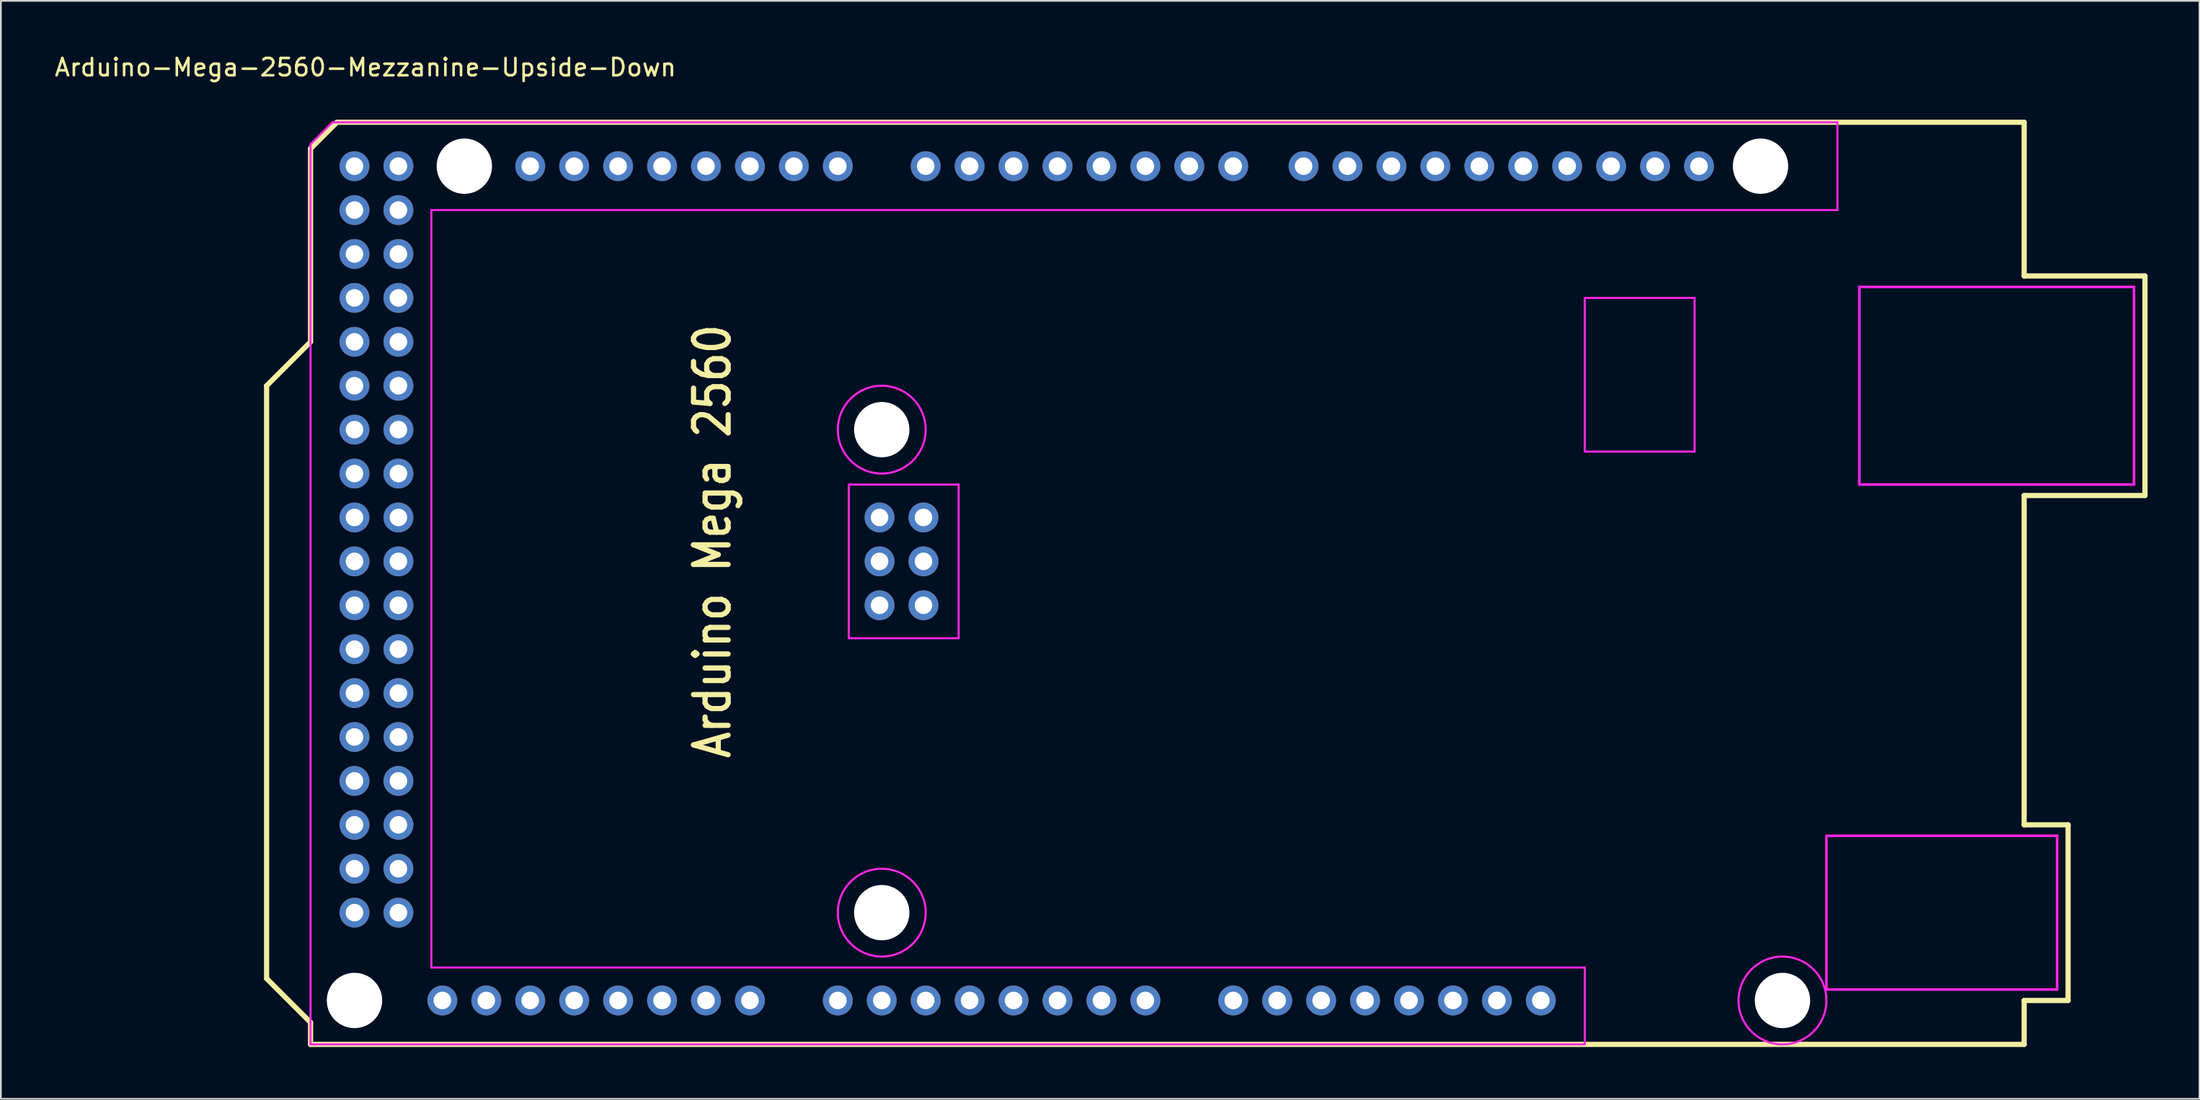
<source format=kicad_pcb>
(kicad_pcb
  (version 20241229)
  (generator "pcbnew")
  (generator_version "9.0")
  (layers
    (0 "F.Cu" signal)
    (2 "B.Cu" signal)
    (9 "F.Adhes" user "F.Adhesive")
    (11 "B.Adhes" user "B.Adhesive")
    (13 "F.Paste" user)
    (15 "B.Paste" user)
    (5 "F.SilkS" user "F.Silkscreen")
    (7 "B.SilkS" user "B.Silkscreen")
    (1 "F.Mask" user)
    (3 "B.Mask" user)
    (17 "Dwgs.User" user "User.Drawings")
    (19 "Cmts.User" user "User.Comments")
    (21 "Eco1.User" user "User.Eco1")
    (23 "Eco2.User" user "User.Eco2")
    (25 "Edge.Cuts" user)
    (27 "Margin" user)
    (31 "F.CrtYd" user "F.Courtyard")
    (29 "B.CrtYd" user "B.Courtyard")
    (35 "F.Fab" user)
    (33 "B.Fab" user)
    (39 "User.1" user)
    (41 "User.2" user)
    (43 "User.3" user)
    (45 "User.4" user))
  (footprint "Arduino-Mega-2560-Mezzanine-Upside-Down"
    (layer "F.Cu")
    (at 17.442 49.743)
    (property "Reference" "Arduino-Mega-2560-Mezzanine-Upside-Down" (at 0.635 -48.895 0) (layer "F.SilkS") (effects (font (size 1 1) (thickness 0.15))))
    (attr through_hole)
    (fp_line (start -5.08 -30.48) (end -2.54 -33.02) (stroke (width 0.3) (type solid)) (layer "F.SilkS"))
    (fp_line (start -5.08 3.81) (end -5.08 -30.48) (stroke (width 0.3) (type solid)) (layer "F.SilkS"))
    (fp_line (start -2.54 -33.02) (end -2.54 -44.196) (stroke (width 0.3) (type solid)) (layer "F.SilkS"))
    (fp_line (start -2.54 6.35) (end -5.08 3.81) (stroke (width 0.3) (type solid)) (layer "F.SilkS"))
    (fp_line (start -2.54 7.62) (end -2.54 6.35) (stroke (width 0.3) (type solid)) (layer "F.SilkS"))
    (fp_line (start -1.016 -45.72) (end -2.54 -44.196) (stroke (width 0.3) (type solid)) (layer "F.SilkS"))
    (fp_line (start 96.52 -45.72) (end -1.016 -45.72) (stroke (width 0.3) (type solid)) (layer "F.SilkS"))
    (fp_line (start 96.52 -45.72) (end 96.52 -36.83) (stroke (width 0.3) (type solid)) (layer "F.SilkS"))
    (fp_line (start 96.52 -36.83) (end 96.52 -36.83) (stroke (width 0.15) (type solid)) (layer "F.SilkS"))
    (fp_line (start 96.52 -24.13) (end 96.52 -5.08) (stroke (width 0.3) (type solid)) (layer "F.SilkS"))
    (fp_line (start 96.52 -5.08) (end 99.06 -5.08) (stroke (width 0.3) (type solid)) (layer "F.SilkS"))
    (fp_line (start 96.52 5.08) (end 96.52 7.62) (stroke (width 0.3) (type solid)) (layer "F.SilkS"))
    (fp_line (start 96.52 7.62) (end -2.54 7.62) (stroke (width 0.3) (type solid)) (layer "F.SilkS"))
    (fp_line (start 99.06 -5.08) (end 99.06 5.08) (stroke (width 0.3) (type solid)) (layer "F.SilkS"))
    (fp_line (start 99.06 5.08) (end 96.52 5.08) (stroke (width 0.3) (type solid)) (layer "F.SilkS"))
    (fp_line (start 103.505 -36.83) (end 96.52 -36.83) (stroke (width 0.3) (type solid)) (layer "F.SilkS"))
    (fp_line (start 103.505 -36.83) (end 103.505 -24.13) (stroke (width 0.3) (type solid)) (layer "F.SilkS"))
    (fp_line (start 103.505 -24.13) (end 96.52 -24.13) (stroke (width 0.3) (type solid)) (layer "F.SilkS"))
    (fp_line (start -2.54 -44.45) (end -1.27 -45.72) (stroke (width 0.12) (type solid)) (layer "F.CrtYd"))
    (fp_line (start -2.54 7.62) (end -2.54 -44.45) (stroke (width 0.12) (type solid)) (layer "F.CrtYd"))
    (fp_line (start -1.27 -45.72) (end 85.725 -45.72) (stroke (width 0.12) (type solid)) (layer "F.CrtYd"))
    (fp_line (start 4.445 -40.64) (end 4.445 3.175) (stroke (width 0.12) (type solid)) (layer "F.CrtYd"))
    (fp_line (start 4.445 3.175) (end 71.12 3.175) (stroke (width 0.12) (type solid)) (layer "F.CrtYd"))
    (fp_line (start 28.575 -24.765) (end 34.925 -24.765) (stroke (width 0.12) (type solid)) (layer "F.CrtYd"))
    (fp_line (start 28.575 -15.875) (end 28.575 -24.765) (stroke (width 0.12) (type solid)) (layer "F.CrtYd"))
    (fp_line (start 34.925 -24.765) (end 34.925 -15.875) (stroke (width 0.12) (type solid)) (layer "F.CrtYd"))
    (fp_line (start 34.925 -15.875) (end 28.575 -15.875) (stroke (width 0.12) (type solid)) (layer "F.CrtYd"))
    (fp_line (start 71.12 -35.56) (end 77.47 -35.56) (stroke (width 0.12) (type solid)) (layer "F.CrtYd"))
    (fp_line (start 71.12 -26.67) (end 71.12 -35.56) (stroke (width 0.12) (type solid)) (layer "F.CrtYd"))
    (fp_line (start 71.12 3.175) (end 71.12 7.62) (stroke (width 0.12) (type solid)) (layer "F.CrtYd"))
    (fp_line (start 71.12 7.62) (end -2.54 7.62) (stroke (width 0.12) (type solid)) (layer "F.CrtYd"))
    (fp_line (start 77.47 -35.56) (end 77.47 -26.67) (stroke (width 0.12) (type solid)) (layer "F.CrtYd"))
    (fp_line (start 77.47 -26.67) (end 71.12 -26.67) (stroke (width 0.12) (type solid)) (layer "F.CrtYd"))
    (fp_line (start 85.09 -4.445) (end 85.09 4.445) (stroke (width 0.15) (type solid)) (layer "F.CrtYd"))
    (fp_line (start 85.725 -45.72) (end 85.725 -40.64) (stroke (width 0.12) (type solid)) (layer "F.CrtYd"))
    (fp_line (start 85.725 -40.64) (end 4.445 -40.64) (stroke (width 0.12) (type solid)) (layer "F.CrtYd"))
    (fp_line (start 86.995 -36.195) (end 86.995 -24.765) (stroke (width 0.15) (type solid)) (layer "F.CrtYd"))
    (fp_line (start 86.995 -36.195) (end 102.87 -36.195) (stroke (width 0.15) (type solid)) (layer "F.CrtYd"))
    (fp_line (start 86.995 -24.765) (end 102.87 -24.765) (stroke (width 0.15) (type solid)) (layer "F.CrtYd"))
    (fp_line (start 98.425 -4.445) (end 85.09 -4.445) (stroke (width 0.15) (type solid)) (layer "F.CrtYd"))
    (fp_line (start 98.425 -4.445) (end 98.425 4.445) (stroke (width 0.15) (type solid)) (layer "F.CrtYd"))
    (fp_line (start 98.425 4.445) (end 85.09 4.445) (stroke (width 0.15) (type solid)) (layer "F.CrtYd"))
    (fp_line (start 102.87 -36.195) (end 102.87 -24.765) (stroke (width 0.15) (type solid)) (layer "F.CrtYd"))
    (fp_circle (center 30.48 -27.94) (end 30.48 -30.48) (stroke (width 0.12) (type solid)) (fill no) (layer "F.CrtYd"))
    (fp_circle (center 30.48 0) (end 30.48 -2.54) (stroke (width 0.12) (type solid)) (fill no) (layer "F.CrtYd"))
    (fp_circle (center 82.55 5.08) (end 82.55 2.54) (stroke (width 0.12) (type solid)) (fill no) (layer "F.CrtYd"))
    (fp_text user "Arduino Mega 2560" (at 20.69 -21.48 90) (layer "F.SilkS") (effects (font (size 2 1.7) (thickness 0.3))))
    (pad "" np_thru_hole circle (at 0 5.08) (size 3.2 3.2) (drill 3.2) (layers "*.Cu" "*.Mask"))
    (pad "" np_thru_hole circle (at 6.35 -43.18) (size 3.2 3.2) (drill 3.2) (layers "*.Cu" "*.Mask"))
    (pad "" np_thru_hole circle (at 30.48 -27.94) (size 3.2 3.2) (drill 3.2) (layers "*.Cu" "*.Mask"))
    (pad "" np_thru_hole circle (at 30.48 0) (size 3.2 3.2) (drill 3.2) (layers "*.Cu" "*.Mask"))
    (pad "" thru_hole oval (at 68.58 5.08) (size 1.727 1.727) (drill 1.016) (layers "*.Cu" "*.Mask"))
    (pad "" np_thru_hole circle (at 81.28 -43.18) (size 3.2 3.2) (drill 3.2) (layers "*.Cu" "*.Mask"))
    (pad "" np_thru_hole circle (at 82.55 5.08) (size 3.2 3.2) (drill 3.2) (layers "*.Cu" "*.Mask"))
    (pad "3V3" thru_hole oval (at 60.96 5.08) (size 1.727 1.727) (drill 1.016) (layers "*.Cu" "*.Mask"))
    (pad "5V1" thru_hole oval (at 58.42 5.08) (size 1.727 1.727) (drill 1.016) (layers "*.Cu" "*.Mask"))
    (pad "5V2" thru_hole oval (at 30.353 -22.86) (size 1.727 1.727) (drill 1.016) (layers "*.Cu" "*.Mask"))
    (pad "5V3" thru_hole oval (at 2.54 -43.18) (size 1.727 1.727) (drill 1.016) (layers "*.Cu" "*.Mask"))
    (pad "5V4" thru_hole oval (at 0 -43.18) (size 1.727 1.727) (drill 1.016) (layers "*.Cu" "*.Mask"))
    (pad "A0" thru_hole oval (at 45.72 5.08) (size 1.727 1.727) (drill 1.016) (layers "*.Cu" "*.Mask"))
    (pad "A1" thru_hole oval (at 43.18 5.08) (size 1.727 1.727) (drill 1.016) (layers "*.Cu" "*.Mask"))
    (pad "A2" thru_hole oval (at 40.64 5.08) (size 1.727 1.727) (drill 1.016) (layers "*.Cu" "*.Mask"))
    (pad "A3" thru_hole oval (at 38.1 5.08) (size 1.727 1.727) (drill 1.016) (layers "*.Cu" "*.Mask"))
    (pad "A4" thru_hole oval (at 35.56 5.08) (size 1.727 1.727) (drill 1.016) (layers "*.Cu" "*.Mask"))
    (pad "A5" thru_hole oval (at 33.02 5.08) (size 1.727 1.727) (drill 1.016) (layers "*.Cu" "*.Mask"))
    (pad "A6" thru_hole oval (at 30.48 5.08) (size 1.727 1.727) (drill 1.016) (layers "*.Cu" "*.Mask"))
    (pad "A7" thru_hole oval (at 27.94 5.08) (size 1.727 1.727) (drill 1.016) (layers "*.Cu" "*.Mask"))
    (pad "A8" thru_hole oval (at 22.86 5.08) (size 1.727 1.727) (drill 1.016) (layers "*.Cu" "*.Mask"))
    (pad "A9" thru_hole oval (at 20.32 5.08) (size 1.727 1.727) (drill 1.016) (layers "*.Cu" "*.Mask"))
    (pad "A10" thru_hole oval (at 17.78 5.08) (size 1.727 1.727) (drill 1.016) (layers "*.Cu" "*.Mask"))
    (pad "A11" thru_hole oval (at 15.24 5.08) (size 1.727 1.727) (drill 1.016) (layers "*.Cu" "*.Mask"))
    (pad "A12" thru_hole oval (at 12.7 5.08) (size 1.727 1.727) (drill 1.016) (layers "*.Cu" "*.Mask"))
    (pad "A13" thru_hole oval (at 10.16 5.08) (size 1.727 1.727) (drill 1.016) (layers "*.Cu" "*.Mask"))
    (pad "A14" thru_hole oval (at 7.62 5.08) (size 1.727 1.727) (drill 1.016) (layers "*.Cu" "*.Mask"))
    (pad "A15" thru_hole oval (at 5.08 5.08) (size 1.727 1.727) (drill 1.016) (layers "*.Cu" "*.Mask"))
    (pad "AREF" thru_hole oval (at 72.644 -43.18) (size 1.727 1.727) (drill 1.016) (layers "*.Cu" "*.Mask"))
    (pad "D0" thru_hole oval (at 33.02 -43.18) (size 1.727 1.727) (drill 1.016) (layers "*.Cu" "*.Mask"))
    (pad "D1" thru_hole oval (at 35.56 -43.18) (size 1.727 1.727) (drill 1.016) (layers "*.Cu" "*.Mask"))
    (pad "D2" thru_hole oval (at 38.1 -43.18) (size 1.727 1.727) (drill 1.016) (layers "*.Cu" "*.Mask"))
    (pad "D3" thru_hole oval (at 40.64 -43.18) (size 1.727 1.727) (drill 1.016) (layers "*.Cu" "*.Mask"))
    (pad "D4" thru_hole oval (at 43.18 -43.18) (size 1.727 1.727) (drill 1.016) (layers "*.Cu" "*.Mask"))
    (pad "D5" thru_hole oval (at 45.72 -43.18) (size 1.727 1.727) (drill 1.016) (layers "*.Cu" "*.Mask"))
    (pad "D6" thru_hole oval (at 48.26 -43.18) (size 1.727 1.727) (drill 1.016) (layers "*.Cu" "*.Mask"))
    (pad "D7" thru_hole oval (at 50.8 -43.18) (size 1.727 1.727) (drill 1.016) (layers "*.Cu" "*.Mask"))
    (pad "D8" thru_hole oval (at 54.864 -43.18) (size 1.727 1.727) (drill 1.016) (layers "*.Cu" "*.Mask"))
    (pad "D9" thru_hole oval (at 57.404 -43.18) (size 1.727 1.727) (drill 1.016) (layers "*.Cu" "*.Mask"))
    (pad "D10" thru_hole oval (at 59.944 -43.18) (size 1.727 1.727) (drill 1.016) (layers "*.Cu" "*.Mask"))
    (pad "D11" thru_hole oval (at 62.484 -43.18) (size 1.727 1.727) (drill 1.016) (layers "*.Cu" "*.Mask"))
    (pad "D12" thru_hole oval (at 65.024 -43.18) (size 1.727 1.727) (drill 1.016) (layers "*.Cu" "*.Mask"))
    (pad "D13" thru_hole oval (at 67.564 -43.18) (size 1.727 1.727) (drill 1.016) (layers "*.Cu" "*.Mask"))
    (pad "D14" thru_hole oval (at 27.94 -43.18) (size 1.727 1.727) (drill 1.016) (layers "*.Cu" "*.Mask"))
    (pad "D15" thru_hole oval (at 25.4 -43.18) (size 1.727 1.727) (drill 1.016) (layers "*.Cu" "*.Mask"))
    (pad "D16" thru_hole oval (at 22.86 -43.18) (size 1.727 1.727) (drill 1.016) (layers "*.Cu" "*.Mask"))
    (pad "D17" thru_hole oval (at 20.32 -43.18) (size 1.727 1.727) (drill 1.016) (layers "*.Cu" "*.Mask"))
    (pad "D18" thru_hole oval (at 17.78 -43.18) (size 1.727 1.727) (drill 1.016) (layers "*.Cu" "*.Mask"))
    (pad "D19" thru_hole oval (at 15.24 -43.18) (size 1.727 1.727) (drill 1.016) (layers "*.Cu" "*.Mask"))
    (pad "D20" thru_hole oval (at 12.7 -43.18) (size 1.727 1.727) (drill 1.016) (layers "*.Cu" "*.Mask"))
    (pad "D21" thru_hole oval (at 10.16 -43.18) (size 1.727 1.727) (drill 1.016) (layers "*.Cu" "*.Mask"))
    (pad "D22" thru_hole oval (at 2.54 -40.64) (size 1.727 1.727) (drill 1.016) (layers "*.Cu" "*.Mask"))
    (pad "D23" thru_hole oval (at 0 -40.64) (size 1.727 1.727) (drill 1.016) (layers "*.Cu" "*.Mask"))
    (pad "D24" thru_hole oval (at 2.54 -38.1) (size 1.727 1.727) (drill 1.016) (layers "*.Cu" "*.Mask"))
    (pad "D25" thru_hole oval (at 0 -38.1) (size 1.727 1.727) (drill 1.016) (layers "*.Cu" "*.Mask"))
    (pad "D26" thru_hole oval (at 2.54 -35.56) (size 1.727 1.727) (drill 1.016) (layers "*.Cu" "*.Mask"))
    (pad "D27" thru_hole oval (at 0 -35.56) (size 1.727 1.727) (drill 1.016) (layers "*.Cu" "*.Mask"))
    (pad "D28" thru_hole oval (at 2.54 -33.02) (size 1.727 1.727) (drill 1.016) (layers "*.Cu" "*.Mask"))
    (pad "D29" thru_hole oval (at 0 -33.02) (size 1.727 1.727) (drill 1.016) (layers "*.Cu" "*.Mask"))
    (pad "D30" thru_hole oval (at 2.54 -30.48) (size 1.727 1.727) (drill 1.016) (layers "*.Cu" "*.Mask"))
    (pad "D31" thru_hole oval (at 0 -30.48) (size 1.727 1.727) (drill 1.016) (layers "*.Cu" "*.Mask"))
    (pad "D32" thru_hole oval (at 2.54 -27.94) (size 1.727 1.727) (drill 1.016) (layers "*.Cu" "*.Mask"))
    (pad "D33" thru_hole oval (at 0 -27.94) (size 1.727 1.727) (drill 1.016) (layers "*.Cu" "*.Mask"))
    (pad "D34" thru_hole oval (at 2.54 -25.4) (size 1.727 1.727) (drill 1.016) (layers "*.Cu" "*.Mask"))
    (pad "D35" thru_hole oval (at 0 -25.4) (size 1.727 1.727) (drill 1.016) (layers "*.Cu" "*.Mask"))
    (pad "D36" thru_hole oval (at 2.54 -22.86) (size 1.727 1.727) (drill 1.016) (layers "*.Cu" "*.Mask"))
    (pad "D37" thru_hole oval (at 0 -22.86) (size 1.727 1.727) (drill 1.016) (layers "*.Cu" "*.Mask"))
    (pad "D38" thru_hole oval (at 2.54 -20.32) (size 1.727 1.727) (drill 1.016) (layers "*.Cu" "*.Mask"))
    (pad "D39" thru_hole oval (at 0 -20.32) (size 1.727 1.727) (drill 1.016) (layers "*.Cu" "*.Mask"))
    (pad "D40" thru_hole oval (at 2.54 -17.78) (size 1.727 1.727) (drill 1.016) (layers "*.Cu" "*.Mask"))
    (pad "D41" thru_hole oval (at 0 -17.78) (size 1.727 1.727) (drill 1.016) (layers "*.Cu" "*.Mask"))
    (pad "D42" thru_hole oval (at 2.54 -15.24) (size 1.727 1.727) (drill 1.016) (layers "*.Cu" "*.Mask"))
    (pad "D43" thru_hole oval (at 0 -15.24) (size 1.727 1.727) (drill 1.016) (layers "*.Cu" "*.Mask"))
    (pad "D44" thru_hole oval (at 2.54 -12.7) (size 1.727 1.727) (drill 1.016) (layers "*.Cu" "*.Mask"))
    (pad "D45" thru_hole oval (at 0 -12.7) (size 1.727 1.727) (drill 1.016) (layers "*.Cu" "*.Mask"))
    (pad "D46" thru_hole oval (at 2.54 -10.16) (size 1.727 1.727) (drill 1.016) (layers "*.Cu" "*.Mask"))
    (pad "D47" thru_hole oval (at 0 -10.16) (size 1.727 1.727) (drill 1.016) (layers "*.Cu" "*.Mask"))
    (pad "D48" thru_hole oval (at 2.54 -7.62) (size 1.727 1.727) (drill 1.016) (layers "*.Cu" "*.Mask"))
    (pad "D49" thru_hole oval (at 0 -7.62) (size 1.727 1.727) (drill 1.016) (layers "*.Cu" "*.Mask"))
    (pad "D50" thru_hole oval (at 2.54 -5.08) (size 1.727 1.727) (drill 1.016) (layers "*.Cu" "*.Mask"))
    (pad "D51" thru_hole oval (at 0 -5.08) (size 1.727 1.727) (drill 1.016) (layers "*.Cu" "*.Mask"))
    (pad "D52" thru_hole oval (at 2.54 -2.54) (size 1.727 1.727) (drill 1.016) (layers "*.Cu" "*.Mask"))
    (pad "D53" thru_hole oval (at 0 -2.54) (size 1.727 1.727) (drill 1.016) (layers "*.Cu" "*.Mask"))
    (pad "GND1" thru_hole oval (at 70.104 -43.18) (size 1.727 1.727) (drill 1.016) (layers "*.Cu" "*.Mask"))
    (pad "GND2" thru_hole oval (at 55.88 5.08) (size 1.727 1.727) (drill 1.016) (layers "*.Cu" "*.Mask"))
    (pad "GND3" thru_hole oval (at 53.34 5.08) (size 1.727 1.727) (drill 1.016) (layers "*.Cu" "*.Mask"))
    (pad "GND4" thru_hole oval (at 30.353 -17.78) (size 1.727 1.727) (drill 1.016) (layers "*.Cu" "*.Mask"))
    (pad "GND5" thru_hole oval (at 2.54 0) (size 1.727 1.727) (drill 1.016) (layers "*.Cu" "*.Mask"))
    (pad "GND6" thru_hole oval (at 0 0) (size 1.727 1.727) (drill 1.016) (layers "*.Cu" "*.Mask"))
    (pad "IORF" thru_hole oval (at 66.04 5.08) (size 1.727 1.727) (drill 1.016) (layers "*.Cu" "*.Mask"))
    (pad "MISO" thru_hole oval (at 32.893 -22.86) (size 1.727 1.727) (drill 1.016) (layers "*.Cu" "*.Mask"))
    (pad "MOSI" thru_hole oval (at 30.353 -20.32) (size 1.727 1.727) (drill 1.016) (layers "*.Cu" "*.Mask"))
    (pad "RST1" thru_hole oval (at 63.5 5.08) (size 1.727 1.727) (drill 1.016) (layers "*.Cu" "*.Mask"))
    (pad "RST2" thru_hole oval (at 32.893 -17.78) (size 1.727 1.727) (drill 1.016) (layers "*.Cu" "*.Mask"))
    (pad "SCK" thru_hole oval (at 32.893 -20.32) (size 1.727 1.727) (drill 1.016) (layers "*.Cu" "*.Mask"))
    (pad "SCL" thru_hole oval (at 77.724 -43.18) (size 1.727 1.727) (drill 1.016) (layers "*.Cu" "*.Mask"))
    (pad "SDA" thru_hole oval (at 75.184 -43.18) (size 1.727 1.727) (drill 1.016) (layers "*.Cu" "*.Mask"))
    (pad "VIN" thru_hole oval (at 50.8 5.08) (size 1.727 1.727) (drill 1.016) (layers "*.Cu" "*.Mask")))
  (gr_rect
    (start -3 -3)
    (end 124.097 60.513)
    (stroke (width 0.1) (type default))
    (fill no)
    (layer "Edge.Cuts")))
</source>
